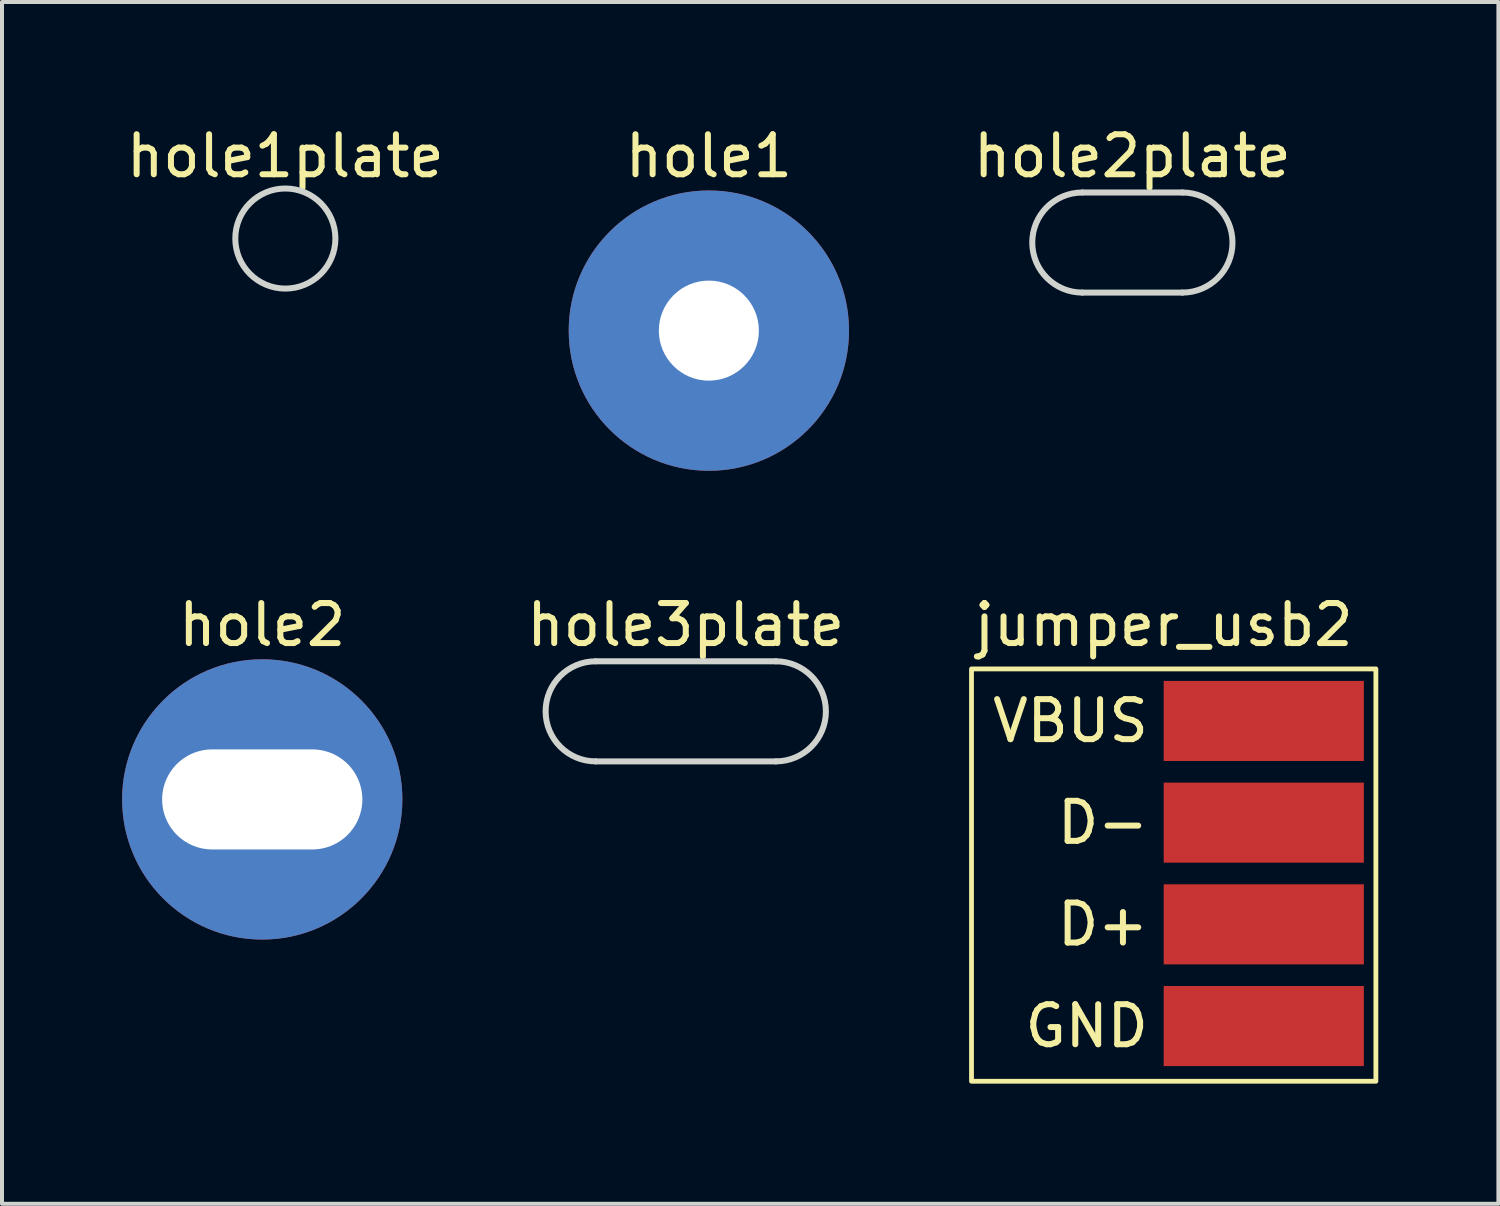
<source format=kicad_pcb>
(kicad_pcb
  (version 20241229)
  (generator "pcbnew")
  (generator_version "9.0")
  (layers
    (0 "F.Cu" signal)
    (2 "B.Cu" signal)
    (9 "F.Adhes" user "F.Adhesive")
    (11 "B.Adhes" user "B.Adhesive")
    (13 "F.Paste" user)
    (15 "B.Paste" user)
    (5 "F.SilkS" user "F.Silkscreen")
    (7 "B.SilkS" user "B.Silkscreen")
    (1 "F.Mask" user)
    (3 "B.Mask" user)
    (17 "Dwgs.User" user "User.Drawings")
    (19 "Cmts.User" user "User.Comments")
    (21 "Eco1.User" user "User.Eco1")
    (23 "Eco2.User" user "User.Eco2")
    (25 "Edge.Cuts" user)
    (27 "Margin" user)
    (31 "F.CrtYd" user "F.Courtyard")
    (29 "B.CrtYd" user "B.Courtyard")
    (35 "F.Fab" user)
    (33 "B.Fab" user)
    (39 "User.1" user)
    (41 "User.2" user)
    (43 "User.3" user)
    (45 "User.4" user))
  (footprint "hole2"
    (layer "F.Cu")
    (at 3.5 16.917)
    (property "Reference" "hole2" (at 0 -4.36 0) (unlocked yes) (layer "F.SilkS") (effects (font (size 1 1) (thickness 0.15))))
    (attr exclude_from_pos_files exclude_from_bom)
    (pad "1" thru_hole circle (at 0 0) (size 7 7) (drill oval 5.001 2.499) (layers "*.Cu" "*.Mask")))
  (footprint "hole2plate"
    (layer "F.Cu")
    (at 25.233 3.008)
    (property "Reference" "hole2plate" (at 0 -2.16 0) (unlocked yes) (layer "F.SilkS") (effects (font (size 1 1) (thickness 0.15))))
    (attr exclude_from_pos_files exclude_from_bom)
    (fp_line (start -1.251 -1.25) (end 1.251 -1.25) (stroke (width 0.15) (type solid)) (layer "Edge.Cuts"))
    (fp_line (start -1.251 1.25) (end 1.251 1.25) (stroke (width 0.15) (type solid)) (layer "Edge.Cuts"))
    (fp_arc (start -1.25095 1.24968) (mid -2.50063 0) (end -1.25095 -1.24968) (stroke (width 0.15) (type solid)) (layer "Edge.Cuts"))
    (fp_arc (start 1.25095 -1.24968) (mid 2.50063 0) (end 1.25095 1.24968) (stroke (width 0.15) (type solid)) (layer "Edge.Cuts")))
  (footprint "hole3plate"
    (layer "F.Cu")
    (at 14.078 14.717)
    (property "Reference" "hole3plate" (at 0 -2.16 0) (unlocked yes) (layer "F.SilkS") (effects (font (size 1 1) (thickness 0.15))))
    (attr exclude_from_pos_files exclude_from_bom)
    (fp_line (start -2.25 -1.25) (end 2.25 -1.25) (stroke (width 0.15) (type solid)) (layer "Edge.Cuts"))
    (fp_line (start -2.25 1.25) (end 2.25 1.25) (stroke (width 0.15) (type solid)) (layer "Edge.Cuts"))
    (fp_arc (start -2.25044 1.24968) (mid -3.50012 0) (end -2.25044 -1.24968) (stroke (width 0.15) (type solid)) (layer "Edge.Cuts"))
    (fp_arc (start 2.25044 -1.24968) (mid 3.50012 0) (end 2.25044 1.24968) (stroke (width 0.15) (type solid)) (layer "Edge.Cuts")))
  (footprint "hole1plate"
    (layer "F.Cu")
    (at 4.077 2.908)
    (property "Reference" "hole1plate" (at 0 -2.06 0) (unlocked yes) (layer "F.SilkS") (effects (font (size 1 1) (thickness 0.15))))
    (attr exclude_from_pos_files exclude_from_bom)
    (fp_circle (center 0 0) (end 1.25 0) (stroke (width 0.15) (type solid)) (fill no) (layer "Edge.Cuts")))
  (footprint "hole1"
    (layer "F.Cu")
    (at 14.655 5.208)
    (property "Reference" "hole1" (at 0 -4.36 0) (unlocked yes) (layer "F.SilkS") (effects (font (size 1 1) (thickness 0.15))))
    (attr exclude_from_pos_files exclude_from_bom)
    (pad "1" thru_hole circle (at 0 0) (size 7.001 7.001) (drill 2.499) (layers "*.Cu" "*.Mask")))
  (footprint "jumper_usb2"
    (layer "F.Cu")
    (at 26.015 18.757)
    (property "Reference" "jumper_usb2" (at 0 -6.2 0) (unlocked yes) (layer "F.SilkS") (effects (font (size 1 1) (thickness 0.15))))
    (attr smd)
    (fp_rect (start 5.3 -5.1) (end -4.8 5.2) (stroke (width 0.12) (type solid)) (fill no) (layer "F.SilkS"))
    (fp_text user "D-" (at -0.3 -1.26 0) (unlocked yes) (layer "F.SilkS") (effects (font (size 1 1) (thickness 0.15)) (justify right)))
    (fp_text user "VBUS" (at -0.3 -3.8 0) (unlocked yes) (layer "F.SilkS") (effects (font (size 1 1) (thickness 0.15)) (justify right)))
    (fp_text user "GND" (at -0.3 3.82 0) (unlocked yes) (layer "F.SilkS") (effects (font (size 1 1) (thickness 0.15)) (justify right)))
    (fp_text user "D+" (at -0.3 1.28 0) (unlocked yes) (layer "F.SilkS") (effects (font (size 1 1) (thickness 0.15)) (justify right)))
    (pad "1" smd rect (at 2.5 -3.8) (size 5 2) (layers "F.Cu" "F.Mask" "F.Paste"))
    (pad "2" smd rect (at 2.5 -1.26) (size 5 2) (layers "F.Cu" "F.Mask" "F.Paste"))
    (pad "3" smd rect (at 2.5 1.28) (size 5 2) (layers "F.Cu" "F.Mask" "F.Paste"))
    (pad "4" smd rect (at 2.5 3.82) (size 5 2) (layers "F.Cu" "F.Mask" "F.Paste")))
  (gr_rect
    (start -3 -3)
    (end 34.375 27.017)
    (stroke (width 0.1) (type default))
    (fill no)
    (layer "Edge.Cuts")))
</source>
